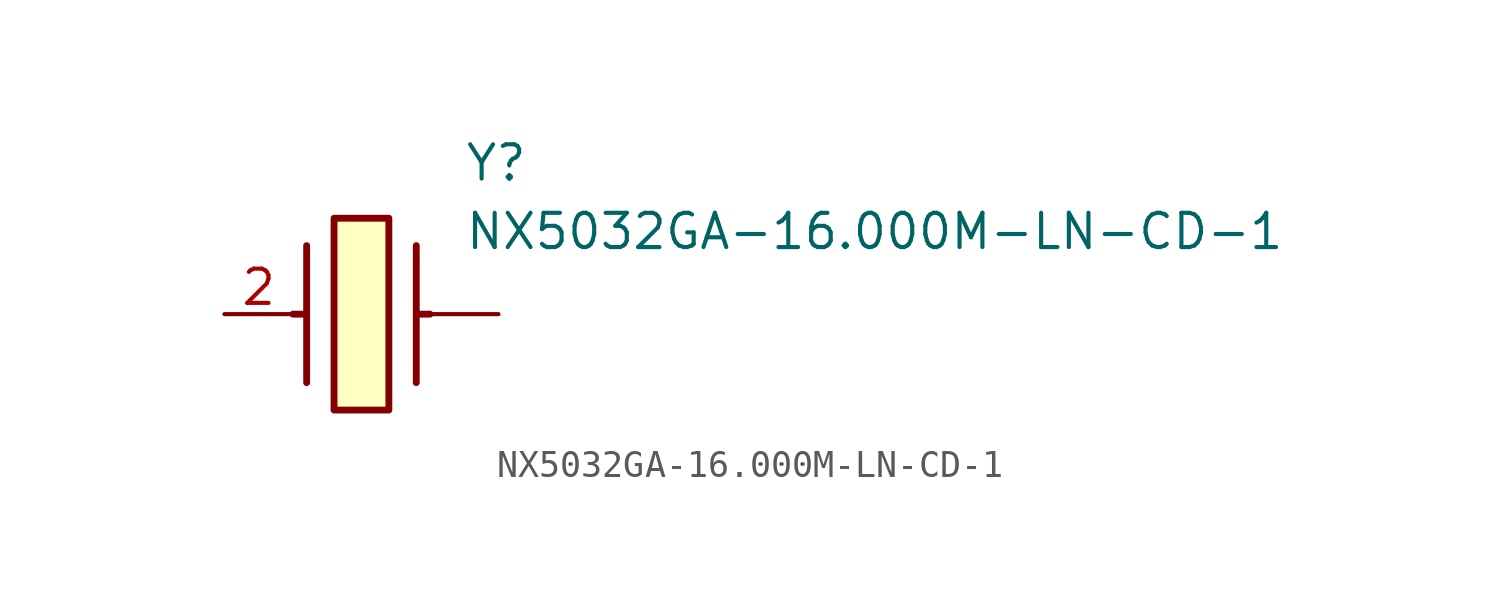
<source format=kicad_sym>
(kicad_symbol_lib
  (version 20211014)
  (generator SamacSys_ECAD_Model)
  (symbol "NX5032GA-16.000M-LN-CD-1"
    (pin_names hide)
    (property "Reference" "Y"
      (at 8.89 6.35 0)
      (effects (font (size 1.27 1.27)) (justify left top)))
    (property "Value" "NX5032GA-16.000M-LN-CD-1"
      (at 8.89 3.81 0)
      (effects (font (size 1.27 1.27)) (justify left top)))
    (rectangle
      (start 4.064 3.556)
      (end 6.096 -3.556)
      (stroke (width 0.254) (type default))
      (fill (type background)))
    (polyline
      (pts (xy 3.048 2.54) (xy 3.048 -2.54))
      (stroke (width 0.254) (type default))
      (fill (type none)))
    (polyline
      (pts (xy 7.112 2.54) (xy 7.112 -2.54))
      (stroke (width 0.254) (type default))
      (fill (type none)))
    (polyline
      (pts (xy 7.112 0) (xy 7.62 0))
      (stroke (width 0.254) (type default))
      (fill (type none)))
    (polyline
      (pts (xy 3.048 0) (xy 2.54 0))
      (stroke (width 0.254) (type default))
      (fill (type none)))
    (pin passive line
      (at 0 0 0)
      (length 2.54)
      (name "X2" (effects (font (size 1.27 1.27))))
      (number "2" (effects (font (size 1.27 1.27)))))
    (pin passive line
      (at 10.16 0 180)
      (length 2.54)
      (name "" (effects (font (size 1.27 1.27))))
      (number "" (effects (font (size 1.27 1.27)))))))
</source>
